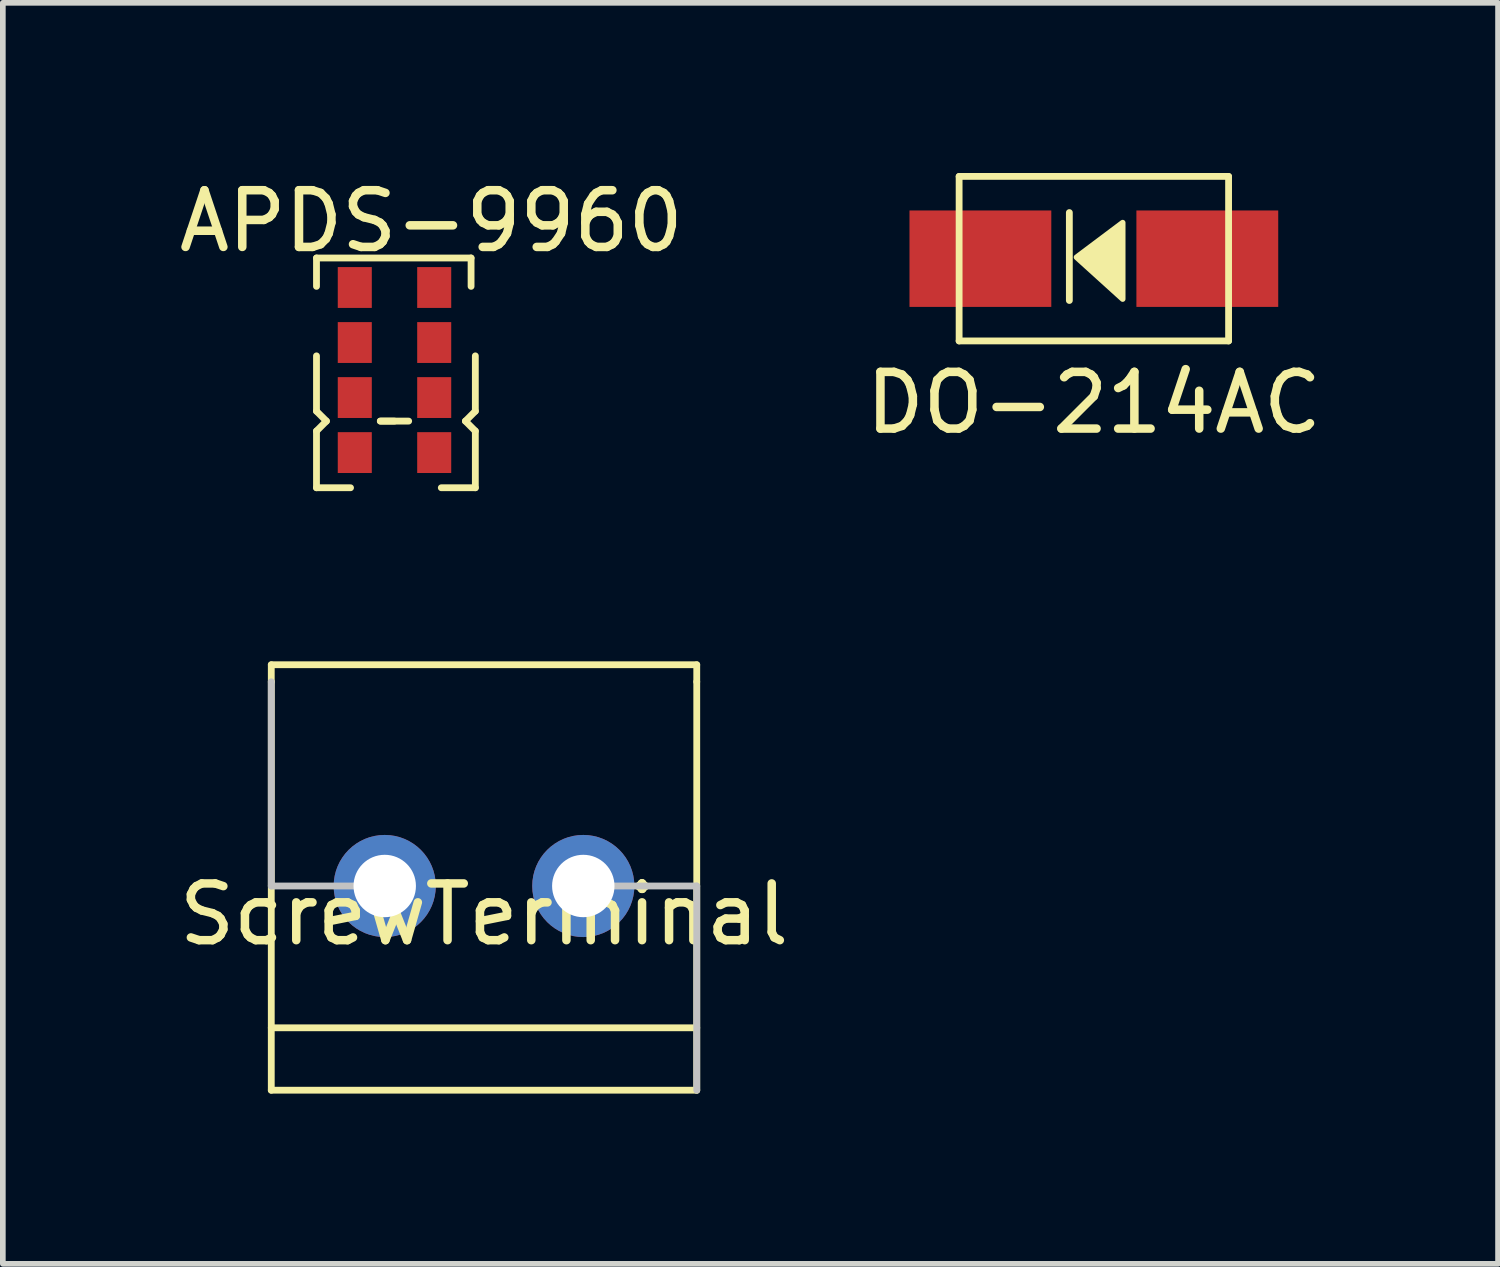
<source format=kicad_pcb>
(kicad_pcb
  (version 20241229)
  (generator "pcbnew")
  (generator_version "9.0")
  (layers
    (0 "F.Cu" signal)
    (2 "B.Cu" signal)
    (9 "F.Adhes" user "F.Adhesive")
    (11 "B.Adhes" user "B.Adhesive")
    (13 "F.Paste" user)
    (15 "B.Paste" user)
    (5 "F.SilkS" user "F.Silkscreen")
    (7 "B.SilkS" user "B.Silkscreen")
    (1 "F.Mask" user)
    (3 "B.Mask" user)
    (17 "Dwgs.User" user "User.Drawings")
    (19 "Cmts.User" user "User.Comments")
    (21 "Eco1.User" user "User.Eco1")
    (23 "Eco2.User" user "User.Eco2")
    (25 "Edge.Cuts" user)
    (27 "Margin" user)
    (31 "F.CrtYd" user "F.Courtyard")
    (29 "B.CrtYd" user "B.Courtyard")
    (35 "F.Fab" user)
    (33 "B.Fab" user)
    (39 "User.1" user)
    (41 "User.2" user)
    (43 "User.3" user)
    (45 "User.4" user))
  (footprint "ScrewTerminal"
    (layer "F.Cu")
    (at 5.482 12.568)
    (property "Reference" "ScrewTerminal" (at 0 0.5 0) (layer "F.SilkS") (effects (font (size 1 1) (thickness 0.15))))
    (attr through_hole)
    (fp_line (start -3.75 -3.9) (end -3.75 -3.6) (stroke (width 0.12) (type solid)) (layer "F.SilkS"))
    (fp_line (start -3.75 -3.9) (end 3.75 -3.9) (stroke (width 0.12) (type solid)) (layer "F.SilkS"))
    (fp_line (start -3.75 3.6) (end -3.75 -3.6) (stroke (width 0.12) (type solid)) (layer "F.SilkS"))
    (fp_line (start 3.75 -3.9) (end 3.75 -3.6) (stroke (width 0.12) (type solid)) (layer "F.SilkS"))
    (fp_line (start 3.75 -3.6) (end 3.75 3.6) (stroke (width 0.12) (type solid)) (layer "F.SilkS"))
    (fp_line (start 3.75 2.5) (end -3.75 2.5) (stroke (width 0.12) (type solid)) (layer "F.SilkS"))
    (fp_line (start 3.75 3.6) (end -3.75 3.6) (stroke (width 0.12) (type solid)) (layer "F.SilkS"))
    (fp_line (start -3.75 0) (end -3.75 -3.6) (stroke (width 0.12) (type solid)) (layer "Dwgs.User"))
    (fp_line (start -1.75 0) (end -3.75 0) (stroke (width 0.12) (type solid)) (layer "Dwgs.User"))
    (fp_line (start 1.75 0) (end 3.75 0) (stroke (width 0.12) (type solid)) (layer "Dwgs.User"))
    (fp_line (start 3.75 0) (end 3.75 3.6) (stroke (width 0.12) (type solid)) (layer "Dwgs.User"))
    (pad "1" thru_hole circle (at 1.75 0 270) (size 1.8 1.8) (drill 1.1) (layers "*.Cu" "*.Mask"))
    (pad "2" thru_hole circle (at -1.75 0 90) (size 1.8 1.8) (drill 1.1) (layers "*.Cu" "*.Mask")))
  (footprint "APDS-9960"
    (layer "F.Cu")
    (at 3.904 3.473)
    (property "Reference" "APDS-9960" (at 0.65 -2.625 0) (layer "F.SilkS") (effects (font (size 1 1) (thickness 0.15))))
    (attr through_hole)
    (fp_line (start -1.375 -1.975) (end 1.35 -1.975) (stroke (width 0.12) (type solid)) (layer "F.SilkS"))
    (fp_line (start -1.375 -1.475) (end -1.375 -1.975) (stroke (width 0.12) (type solid)) (layer "F.SilkS"))
    (fp_line (start -1.375 0.725) (end -1.375 -0.25) (stroke (width 0.12) (type solid)) (layer "F.SilkS"))
    (fp_line (start -1.375 1.075) (end -1.375 2.075) (stroke (width 0.12) (type solid)) (layer "F.SilkS"))
    (fp_line (start -1.375 2.075) (end -0.775 2.075) (stroke (width 0.12) (type solid)) (layer "F.SilkS"))
    (fp_line (start -1.2 0.9) (end -1.375 0.725) (stroke (width 0.12) (type solid)) (layer "F.SilkS"))
    (fp_line (start -1.2 0.9) (end -1.375 1.075) (stroke (width 0.12) (type solid)) (layer "F.SilkS"))
    (fp_line (start -0.25 0.9) (end 0.25 0.9) (stroke (width 0.12) (type solid)) (layer "F.SilkS"))
    (fp_line (start 0 0.9) (end -0.25 0.9) (stroke (width 0.12) (type solid)) (layer "F.SilkS"))
    (fp_line (start 1.25 0.9) (end 1.425 0.725) (stroke (width 0.12) (type solid)) (layer "F.SilkS"))
    (fp_line (start 1.25 0.9) (end 1.425 1.075) (stroke (width 0.12) (type solid)) (layer "F.SilkS"))
    (fp_line (start 1.35 -1.975) (end 1.35 -1.475) (stroke (width 0.12) (type solid)) (layer "F.SilkS"))
    (fp_line (start 1.425 0.725) (end 1.425 -0.25) (stroke (width 0.12) (type solid)) (layer "F.SilkS"))
    (fp_line (start 1.425 1.075) (end 1.425 2.075) (stroke (width 0.12) (type solid)) (layer "F.SilkS"))
    (fp_line (start 1.425 2.075) (end 0.825 2.075) (stroke (width 0.12) (type solid)) (layer "F.SilkS"))
    (pad "1" smd rect (at 0.7 -1.455) (size 0.6 0.72) (layers "F.Cu" "F.Mask" "F.Paste"))
    (pad "2" smd rect (at 0.7 -0.485) (size 0.6 0.72) (layers "F.Cu" "F.Mask" "F.Paste"))
    (pad "3" smd rect (at 0.7 0.485) (size 0.6 0.72) (layers "F.Cu" "F.Mask" "F.Paste"))
    (pad "4" smd rect (at 0.7 1.455) (size 0.6 0.72) (layers "F.Cu" "F.Mask" "F.Paste"))
    (pad "5" smd rect (at -0.7 1.455) (size 0.6 0.72) (layers "F.Cu" "F.Mask" "F.Paste"))
    (pad "6" smd rect (at -0.7 0.485) (size 0.6 0.72) (layers "F.Cu" "F.Mask" "F.Paste"))
    (pad "7" smd rect (at -0.7 -0.485) (size 0.6 0.72) (layers "F.Cu" "F.Mask" "F.Paste"))
    (pad "8" smd rect (at -0.7 -1.455) (size 0.6 0.72) (layers "F.Cu" "F.Mask" "F.Paste")))
  (footprint "DO-214AC"
    (layer "F.Cu")
    (at 16.232 1.51)
    (property "Reference" "DO-214AC" (at 0 2.54 0) (layer "F.SilkS") (effects (font (size 1 1) (thickness 0.15))))
    (attr smd)
    (fp_line (start -2.375 -1.45) (end 2.375 -1.45) (stroke (width 0.12) (type solid)) (layer "F.SilkS"))
    (fp_line (start -2.375 1.45) (end -2.375 -1.45) (stroke (width 0.12) (type solid)) (layer "F.SilkS"))
    (fp_line (start -2.375 1.45) (end 2.375 1.45) (stroke (width 0.12) (type solid)) (layer "F.SilkS"))
    (fp_line (start -0.432 -0.813) (end -0.432 0.737) (stroke (width 0.12) (type solid)) (layer "F.SilkS"))
    (fp_line (start 2.375 1.45) (end 2.375 -1.45) (stroke (width 0.12) (type solid)) (layer "F.SilkS"))
    (fp_poly (pts (xy 0.508 0.711) (xy -0.305 -0.025) (xy 0.508 -0.635)) (stroke (width 0.1) (type solid)) (fill yes) (layer "F.SilkS"))
    (pad "1" smd rect (at -2 0) (size 2.5 1.7) (layers "F.Cu" "F.Mask" "F.Paste"))
    (pad "2" smd rect (at 2 0) (size 2.5 1.7) (layers "F.Cu" "F.Mask" "F.Paste")))
  (gr_rect
    (start -3 -3)
    (end 23.357 19.228)
    (stroke (width 0.1) (type default))
    (fill no)
    (layer "Edge.Cuts")))
</source>
